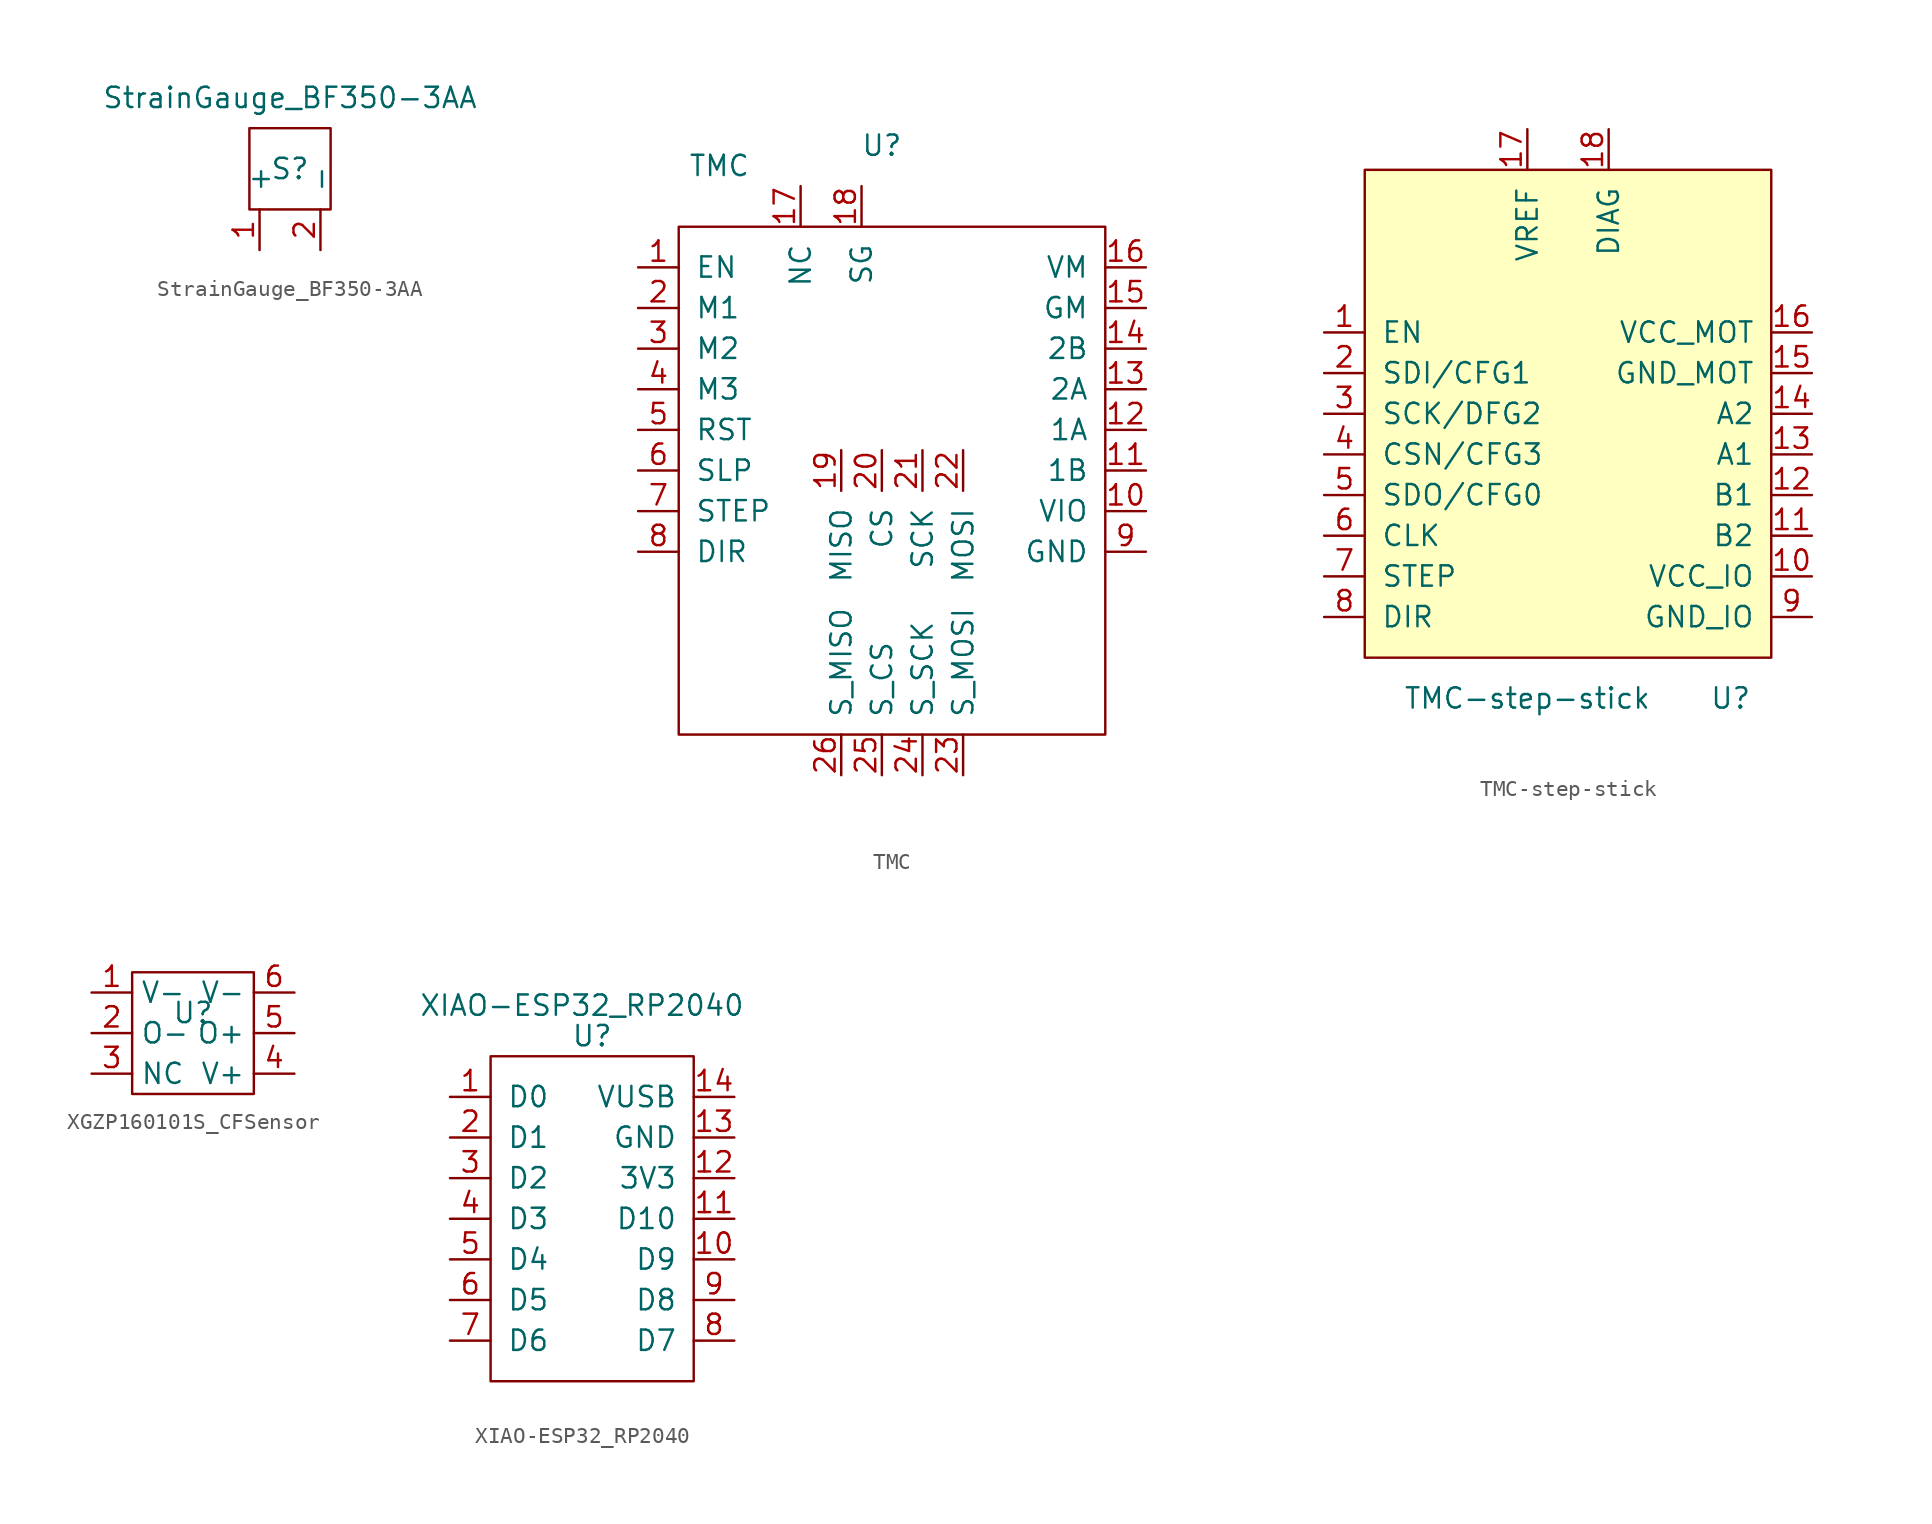
<source format=kicad_sym>
(kicad_symbol_lib
  (version 20231120)
  (generator "kicad_symbol_editor")
  (generator_version "8.0")
  (symbol "StrainGauge_BF350-3AA"
    (pin_names
      (offset 1.016))
    (property "Reference" "S"
      (at 0 2.54 0)
      (effects (font (size 1.27 1.27))))
    (property "Value" "StrainGauge_BF350-3AA"
      (at 0 6.985 0)
      (effects (font (size 1.27 1.27))))
    (symbol "StrainGauge_BF350-3AA_0_1"
      (rectangle (start -2.54 0) (end 2.54 5.08) (stroke (width 0) (type default)) (fill (type none))))
    (symbol "StrainGauge_BF350-3AA_1_1"
      (pin passive line (at -1.905 -2.54 90) (length 2.54) (name "+" (effects (font (size 1.27 1.27)))) (number "1" (effects (font (size 1.27 1.27)))))
      (pin passive line (at 1.905 -2.54 90) (length 2.54) (name "-" (effects (font (size 1.27 1.27)))) (number "2" (effects (font (size 1.27 1.27)))))))
  (symbol "TMC"
    (pin_names
      (offset 1.016))
    (property "Reference" "U"
      (at -1.27 6.35 0)
      (effects (font (size 1.27 1.27))))
    (property "Value" "TMC"
      (at -11.43 5.08 0)
      (effects (font (size 1.27 1.27))))
    (symbol "TMC_0_1"
      (rectangle (start -13.97 1.27) (end 12.7 -30.48) (stroke (width 0) (type default)) (fill (type none))))
    (symbol "TMC_1_1"
      (pin passive line (at -16.51 -1.27 0) (length 2.54) (name "EN" (effects (font (size 1.27 1.27)))) (number "1" (effects (font (size 1.27 1.27)))))
      (pin passive line (at 15.24 -16.51 180) (length 2.54) (name "VIO" (effects (font (size 1.27 1.27)))) (number "10" (effects (font (size 1.27 1.27)))))
      (pin passive line (at 15.24 -13.97 180) (length 2.54) (name "1B" (effects (font (size 1.27 1.27)))) (number "11" (effects (font (size 1.27 1.27)))))
      (pin passive line (at 15.24 -11.43 180) (length 2.54) (name "1A" (effects (font (size 1.27 1.27)))) (number "12" (effects (font (size 1.27 1.27)))))
      (pin passive line (at 15.24 -8.89 180) (length 2.54) (name "2A" (effects (font (size 1.27 1.27)))) (number "13" (effects (font (size 1.27 1.27)))))
      (pin passive line (at 15.24 -6.35 180) (length 2.54) (name "2B" (effects (font (size 1.27 1.27)))) (number "14" (effects (font (size 1.27 1.27)))))
      (pin passive line (at 15.24 -3.81 180) (length 2.54) (name "GM" (effects (font (size 1.27 1.27)))) (number "15" (effects (font (size 1.27 1.27)))))
      (pin passive line (at 15.24 -1.27 180) (length 2.54) (name "VM" (effects (font (size 1.27 1.27)))) (number "16" (effects (font (size 1.27 1.27)))))
      (pin passive line (at -6.35 3.81 270) (length 2.54) (name "NC" (effects (font (size 1.27 1.27)))) (number "17" (effects (font (size 1.27 1.27)))))
      (pin passive line (at -2.54 3.81 270) (length 2.54) (name "SG" (effects (font (size 1.27 1.27)))) (number "18" (effects (font (size 1.27 1.27)))))
      (pin passive line (at -3.81 -12.7 270) (length 2.54) (name "MISO" (effects (font (size 1.27 1.27)))) (number "19" (effects (font (size 1.27 1.27)))))
      (pin passive line (at -16.51 -3.81 0) (length 2.54) (name "M1" (effects (font (size 1.27 1.27)))) (number "2" (effects (font (size 1.27 1.27)))))
      (pin passive line (at -1.27 -12.7 270) (length 2.54) (name "CS" (effects (font (size 1.27 1.27)))) (number "20" (effects (font (size 1.27 1.27)))))
      (pin passive line (at 1.27 -12.7 270) (length 2.54) (name "SCK" (effects (font (size 1.27 1.27)))) (number "21" (effects (font (size 1.27 1.27)))))
      (pin passive line (at 3.81 -12.7 270) (length 2.54) (name "MOSI" (effects (font (size 1.27 1.27)))) (number "22" (effects (font (size 1.27 1.27)))))
      (pin passive line (at 3.81 -33.02 90) (length 2.54) (name "S_MOSI" (effects (font (size 1.27 1.27)))) (number "23" (effects (font (size 1.27 1.27)))))
      (pin passive line (at 1.27 -33.02 90) (length 2.54) (name "S_SCK" (effects (font (size 1.27 1.27)))) (number "24" (effects (font (size 1.27 1.27)))))
      (pin passive line (at -1.27 -33.02 90) (length 2.54) (name "S_CS" (effects (font (size 1.27 1.27)))) (number "25" (effects (font (size 1.27 1.27)))))
      (pin passive line (at -3.81 -33.02 90) (length 2.54) (name "S_MISO" (effects (font (size 1.27 1.27)))) (number "26" (effects (font (size 1.27 1.27)))))
      (pin passive line (at -16.51 -6.35 0) (length 2.54) (name "M2" (effects (font (size 1.27 1.27)))) (number "3" (effects (font (size 1.27 1.27)))))
      (pin passive line (at -16.51 -8.89 0) (length 2.54) (name "M3" (effects (font (size 1.27 1.27)))) (number "4" (effects (font (size 1.27 1.27)))))
      (pin passive line (at -16.51 -11.43 0) (length 2.54) (name "RST" (effects (font (size 1.27 1.27)))) (number "5" (effects (font (size 1.27 1.27)))))
      (pin passive line (at -16.51 -13.97 0) (length 2.54) (name "SLP" (effects (font (size 1.27 1.27)))) (number "6" (effects (font (size 1.27 1.27)))))
      (pin passive line (at -16.51 -16.51 0) (length 2.54) (name "STEP" (effects (font (size 1.27 1.27)))) (number "7" (effects (font (size 1.27 1.27)))))
      (pin passive line (at -16.51 -19.05 0) (length 2.54) (name "DIR" (effects (font (size 1.27 1.27)))) (number "8" (effects (font (size 1.27 1.27)))))
      (pin passive line (at 15.24 -19.05 180) (length 2.54) (name "GND" (effects (font (size 1.27 1.27)))) (number "9" (effects (font (size 1.27 1.27)))))))
  (symbol "TMC-step-stick"
    (pin_names
      (offset 1.016))
    (property "Reference" "U"
      (at 10.16 -12.7 0)
      (effects (font (size 1.27 1.27))))
    (property "Value" "TMC-step-stick"
      (at -2.54 -12.7 0)
      (effects (font (size 1.27 1.27))))
    (symbol "TMC-step-stick_0_1"
      (rectangle (start -12.7 -10.16) (end 12.7 20.32) (stroke (width 0) (type default)) (fill (type background))))
    (symbol "TMC-step-stick_1_1"
      (pin passive line (at -15.24 10.16 0) (length 2.54) (name "EN" (effects (font (size 1.27 1.27)))) (number "1" (effects (font (size 1.27 1.27)))))
      (pin passive line (at 15.24 -5.08 180) (length 2.54) (name "VCC_IO" (effects (font (size 1.27 1.27)))) (number "10" (effects (font (size 1.27 1.27)))))
      (pin passive line (at 15.24 -2.54 180) (length 2.54) (name "B2" (effects (font (size 1.27 1.27)))) (number "11" (effects (font (size 1.27 1.27)))))
      (pin passive line (at 15.24 0 180) (length 2.54) (name "B1" (effects (font (size 1.27 1.27)))) (number "12" (effects (font (size 1.27 1.27)))))
      (pin passive line (at 15.24 2.54 180) (length 2.54) (name "A1" (effects (font (size 1.27 1.27)))) (number "13" (effects (font (size 1.27 1.27)))))
      (pin passive line (at 15.24 5.08 180) (length 2.54) (name "A2" (effects (font (size 1.27 1.27)))) (number "14" (effects (font (size 1.27 1.27)))))
      (pin passive line (at 15.24 7.62 180) (length 2.54) (name "GND_MOT" (effects (font (size 1.27 1.27)))) (number "15" (effects (font (size 1.27 1.27)))))
      (pin passive line (at 15.24 10.16 180) (length 2.54) (name "VCC_MOT" (effects (font (size 1.27 1.27)))) (number "16" (effects (font (size 1.27 1.27)))))
      (pin passive line (at -2.54 22.86 270) (length 2.54) (name "VREF" (effects (font (size 1.27 1.27)))) (number "17" (effects (font (size 1.27 1.27)))))
      (pin passive line (at 2.54 22.86 270) (length 2.54) (name "DIAG" (effects (font (size 1.27 1.27)))) (number "18" (effects (font (size 1.27 1.27)))))
      (pin passive line (at -15.24 7.62 0) (length 2.54) (name "SDI/CFG1" (effects (font (size 1.27 1.27)))) (number "2" (effects (font (size 1.27 1.27)))))
      (pin passive line (at -15.24 5.08 0) (length 2.54) (name "SCK/DFG2" (effects (font (size 1.27 1.27)))) (number "3" (effects (font (size 1.27 1.27)))))
      (pin passive line (at -15.24 2.54 0) (length 2.54) (name "CSN/CFG3" (effects (font (size 1.27 1.27)))) (number "4" (effects (font (size 1.27 1.27)))))
      (pin passive line (at -15.24 0 0) (length 2.54) (name "SDO/CFG0" (effects (font (size 1.27 1.27)))) (number "5" (effects (font (size 1.27 1.27)))))
      (pin passive line (at -15.24 -2.54 0) (length 2.54) (name "CLK" (effects (font (size 1.27 1.27)))) (number "6" (effects (font (size 1.27 1.27)))))
      (pin passive line (at -15.24 -5.08 0) (length 2.54) (name "STEP" (effects (font (size 1.27 1.27)))) (number "7" (effects (font (size 1.27 1.27)))))
      (pin passive line (at -15.24 -7.62 0) (length 2.54) (name "DIR" (effects (font (size 1.27 1.27)))) (number "8" (effects (font (size 1.27 1.27)))))
      (pin passive line (at 15.24 -7.62 180) (length 2.54) (name "GND_IO" (effects (font (size 1.27 1.27)))) (number "9" (effects (font (size 1.27 1.27)))))))
  (symbol "XGZP160101S_CFSensor"
    (property "Reference" "U"
      (at 0 0 0)
      (effects (font (size 1.27 1.27))))
    (property "Value" ""
      (at 0 0 0)
      (effects (font (size 1.27 1.27))))
    (symbol "XGZP160101S_CFSensor_0_1"
      (rectangle (start -3.81 2.54) (end 3.81 -5.08) (stroke (width 0) (type default)) (fill (type none))))
    (symbol "XGZP160101S_CFSensor_1_1"
      (pin passive line (at -6.35 1.27 0) (length 2.54) (name "V-" (effects (font (size 1.27 1.27)))) (number "1" (effects (font (size 1.27 1.27)))))
      (pin passive line (at -6.35 -1.27 0) (length 2.54) (name "O-" (effects (font (size 1.27 1.27)))) (number "2" (effects (font (size 1.27 1.27)))))
      (pin passive line (at -6.35 -3.81 0) (length 2.54) (name "NC" (effects (font (size 1.27 1.27)))) (number "3" (effects (font (size 1.27 1.27)))))
      (pin passive line (at 6.35 -3.81 180) (length 2.54) (name "V+" (effects (font (size 1.27 1.27)))) (number "4" (effects (font (size 1.27 1.27)))))
      (pin passive line (at 6.35 -1.27 180) (length 2.54) (name "O+" (effects (font (size 1.27 1.27)))) (number "5" (effects (font (size 1.27 1.27)))))
      (pin passive line (at 6.35 1.27 180) (length 2.54) (name "V-" (effects (font (size 1.27 1.27)))) (number "6" (effects (font (size 1.27 1.27)))))))
  (symbol "XIAO-ESP32_RP2040"
    (pin_names
      (offset 1.016))
    (property "Reference" "U"
      (at 0 0 0)
      (effects (font (size 1.27 1.27))))
    (property "Value" "XIAO-ESP32_RP2040"
      (at -0.635 1.905 0)
      (effects (font (size 1.27 1.27))))
    (symbol "XIAO-ESP32_RP2040_0_1"
      (rectangle (start -6.35 -1.27) (end 6.35 -21.59) (stroke (width 0) (type default)) (fill (type none))))
    (symbol "XIAO-ESP32_RP2040_1_1"
      (pin passive line (at -8.89 -3.81 0) (length 2.54) (name "D0" (effects (font (size 1.27 1.27)))) (number "1" (effects (font (size 1.27 1.27)))))
      (pin passive line (at 8.89 -13.97 180) (length 2.54) (name "D9" (effects (font (size 1.27 1.27)))) (number "10" (effects (font (size 1.27 1.27)))))
      (pin passive line (at 8.89 -11.43 180) (length 2.54) (name "D10" (effects (font (size 1.27 1.27)))) (number "11" (effects (font (size 1.27 1.27)))))
      (pin passive line (at 8.89 -8.89 180) (length 2.54) (name "3V3" (effects (font (size 1.27 1.27)))) (number "12" (effects (font (size 1.27 1.27)))))
      (pin passive line (at 8.89 -6.35 180) (length 2.54) (name "GND" (effects (font (size 1.27 1.27)))) (number "13" (effects (font (size 1.27 1.27)))))
      (pin passive line (at 8.89 -3.81 180) (length 2.54) (name "VUSB" (effects (font (size 1.27 1.27)))) (number "14" (effects (font (size 1.27 1.27)))))
      (pin passive line (at -8.89 -6.35 0) (length 2.54) (name "D1" (effects (font (size 1.27 1.27)))) (number "2" (effects (font (size 1.27 1.27)))))
      (pin passive line (at -8.89 -8.89 0) (length 2.54) (name "D2" (effects (font (size 1.27 1.27)))) (number "3" (effects (font (size 1.27 1.27)))))
      (pin passive line (at -8.89 -11.43 0) (length 2.54) (name "D3" (effects (font (size 1.27 1.27)))) (number "4" (effects (font (size 1.27 1.27)))))
      (pin passive line (at -8.89 -13.97 0) (length 2.54) (name "D4" (effects (font (size 1.27 1.27)))) (number "5" (effects (font (size 1.27 1.27)))))
      (pin passive line (at -8.89 -16.51 0) (length 2.54) (name "D5" (effects (font (size 1.27 1.27)))) (number "6" (effects (font (size 1.27 1.27)))))
      (pin passive line (at -8.89 -19.05 0) (length 2.54) (name "D6" (effects (font (size 1.27 1.27)))) (number "7" (effects (font (size 1.27 1.27)))))
      (pin passive line (at 8.89 -19.05 180) (length 2.54) (name "D7" (effects (font (size 1.27 1.27)))) (number "8" (effects (font (size 1.27 1.27)))))
      (pin passive line (at 8.89 -16.51 180) (length 2.54) (name "D8" (effects (font (size 1.27 1.27)))) (number "9" (effects (font (size 1.27 1.27))))))))
</source>
